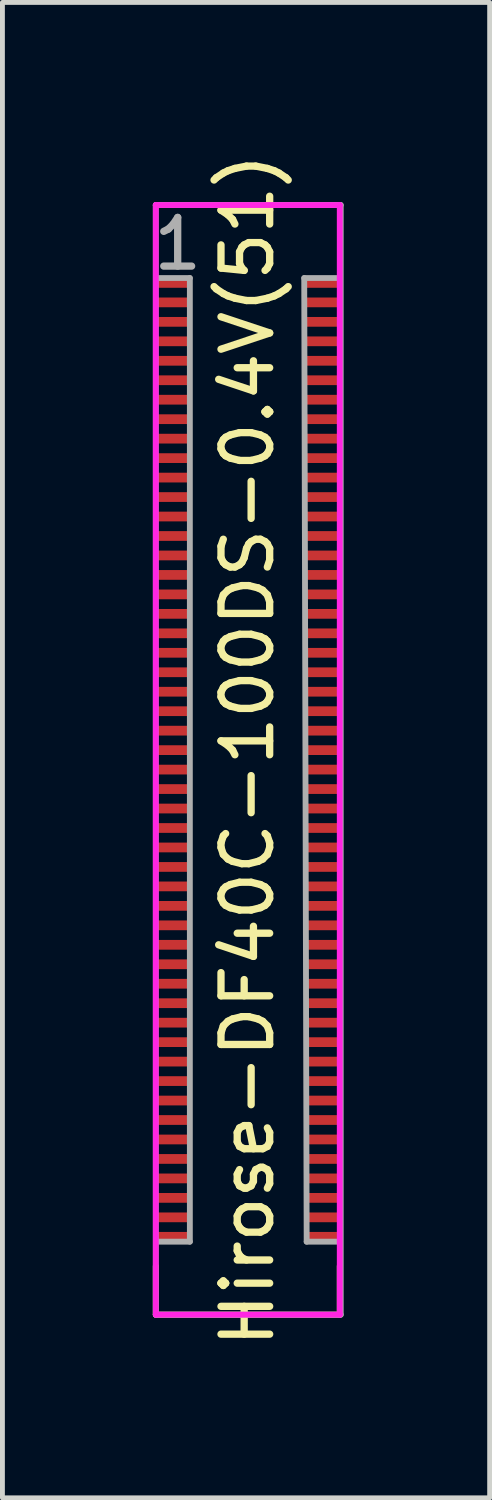
<source format=kicad_pcb>
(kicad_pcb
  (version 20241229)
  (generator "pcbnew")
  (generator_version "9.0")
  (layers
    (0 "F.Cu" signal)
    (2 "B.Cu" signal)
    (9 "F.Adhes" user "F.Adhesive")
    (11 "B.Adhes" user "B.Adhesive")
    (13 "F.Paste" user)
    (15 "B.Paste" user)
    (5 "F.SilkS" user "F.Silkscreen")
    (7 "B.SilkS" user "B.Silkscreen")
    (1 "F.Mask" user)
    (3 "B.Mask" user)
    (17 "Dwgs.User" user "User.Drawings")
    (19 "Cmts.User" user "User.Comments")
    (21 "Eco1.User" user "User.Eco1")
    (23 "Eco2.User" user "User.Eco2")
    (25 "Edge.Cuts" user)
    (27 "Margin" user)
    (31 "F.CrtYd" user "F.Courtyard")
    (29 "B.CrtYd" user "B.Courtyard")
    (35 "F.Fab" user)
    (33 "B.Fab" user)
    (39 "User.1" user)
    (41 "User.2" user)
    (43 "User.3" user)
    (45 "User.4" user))
  (footprint "Hirose-DF40C-100DS-0.4V(51)"
    (layer "F.Cu")
    (at 2.036 12.363)
    (property "Reference" "Hirose-DF40C-100DS-0.4V(51)" (at 0 0 270) (layer "F.SilkS") (effects (font (size 1 1) (thickness 0.15))))
    (attr smd)
    (fp_line (start -1.885 -11.2) (end 1.895 -11.2) (stroke (width 0.12) (type solid)) (layer "F.SilkS"))
    (fp_line (start -1.885 11.6) (end -1.885 10.6) (stroke (width 0.12) (type solid)) (layer "F.SilkS"))
    (fp_line (start -1.885 11.6) (end 1.895 11.6) (stroke (width 0.12) (type solid)) (layer "F.SilkS"))
    (fp_line (start 1.895 11.6) (end 1.895 10.6) (stroke (width 0.12) (type solid)) (layer "F.SilkS"))
    (fp_line (start -1.885 -11.2) (end 1.895 -11.2) (stroke (width 0.12) (type solid)) (layer "F.CrtYd"))
    (fp_line (start -1.885 11.6) (end -1.885 -11.2) (stroke (width 0.12) (type solid)) (layer "F.CrtYd"))
    (fp_line (start 1.895 -11.2) (end 1.895 11.6) (stroke (width 0.12) (type solid)) (layer "F.CrtYd"))
    (fp_line (start 1.895 11.6) (end -1.885 11.6) (stroke (width 0.12) (type solid)) (layer "F.CrtYd"))
    (fp_line (start -1.885 -11.2) (end 1.915 -11.2) (stroke (width 0.12) (type solid)) (layer "F.Fab"))
    (fp_line (start -1.885 11.6) (end -1.885 -11.2) (stroke (width 0.12) (type solid)) (layer "F.Fab"))
    (fp_line (start -1.835 -9.7) (end -1.185 -9.7) (stroke (width 0.12) (type solid)) (layer "F.Fab"))
    (fp_line (start -1.185 -9.7) (end -1.185 10.1) (stroke (width 0.12) (type solid)) (layer "F.Fab"))
    (fp_line (start -1.185 10.1) (end -1.835 10.1) (stroke (width 0.12) (type solid)) (layer "F.Fab"))
    (fp_line (start 1.165 -9.7) (end 1.865 -9.7) (stroke (width 0.12) (type solid)) (layer "F.Fab"))
    (fp_line (start 1.215 10.1) (end 1.165 -9.7) (stroke (width 0.12) (type solid)) (layer "F.Fab"))
    (fp_line (start 1.865 10.1) (end 1.215 10.1) (stroke (width 0.12) (type solid)) (layer "F.Fab"))
    (fp_line (start 1.915 -11.2) (end 1.915 11.6) (stroke (width 0.12) (type solid)) (layer "F.Fab"))
    (fp_line (start 1.915 11.6) (end -1.885 11.6) (stroke (width 0.12) (type solid)) (layer "F.Fab"))
    (fp_text user "1" (at -1.435 -10.4 180) (layer "F.Fab") (effects (font (size 1 1) (thickness 0.15))))
    (pad "1" smd rect (at -1.535 -9.6 270) (size 0.2 0.7) (layers "F.Cu" "F.Mask" "F.Paste"))
    (pad "2" smd rect (at 1.545 -9.6 270) (size 0.2 0.7) (layers "F.Cu" "F.Mask" "F.Paste"))
    (pad "3" smd rect (at -1.535 -9.2 270) (size 0.2 0.7) (layers "F.Cu" "F.Mask" "F.Paste"))
    (pad "4" smd rect (at 1.545 -9.2 270) (size 0.2 0.7) (layers "F.Cu" "F.Mask" "F.Paste"))
    (pad "5" smd rect (at -1.535 -8.8 270) (size 0.2 0.7) (layers "F.Cu" "F.Mask" "F.Paste"))
    (pad "6" smd rect (at 1.545 -8.8 270) (size 0.2 0.7) (layers "F.Cu" "F.Mask" "F.Paste"))
    (pad "7" smd rect (at -1.535 -8.4 270) (size 0.2 0.7) (layers "F.Cu" "F.Mask" "F.Paste"))
    (pad "8" smd rect (at 1.545 -8.4 270) (size 0.2 0.7) (layers "F.Cu" "F.Mask" "F.Paste"))
    (pad "9" smd rect (at -1.535 -8 270) (size 0.2 0.7) (layers "F.Cu" "F.Mask" "F.Paste"))
    (pad "10" smd rect (at 1.545 -8 270) (size 0.2 0.7) (layers "F.Cu" "F.Mask" "F.Paste"))
    (pad "11" smd rect (at -1.535 -7.6 270) (size 0.2 0.7) (layers "F.Cu" "F.Mask" "F.Paste"))
    (pad "12" smd rect (at 1.545 -7.6 270) (size 0.2 0.7) (layers "F.Cu" "F.Mask" "F.Paste"))
    (pad "13" smd rect (at -1.535 -7.2 270) (size 0.2 0.7) (layers "F.Cu" "F.Mask" "F.Paste"))
    (pad "14" smd rect (at 1.545 -7.2 270) (size 0.2 0.7) (layers "F.Cu" "F.Mask" "F.Paste"))
    (pad "15" smd rect (at -1.535 -6.8 270) (size 0.2 0.7) (layers "F.Cu" "F.Mask" "F.Paste"))
    (pad "16" smd rect (at 1.545 -6.8 270) (size 0.2 0.7) (layers "F.Cu" "F.Mask" "F.Paste"))
    (pad "17" smd rect (at -1.535 -6.4 270) (size 0.2 0.7) (layers "F.Cu" "F.Mask" "F.Paste"))
    (pad "18" smd rect (at 1.545 -6.4 270) (size 0.2 0.7) (layers "F.Cu" "F.Mask" "F.Paste"))
    (pad "19" smd rect (at -1.535 -6 270) (size 0.2 0.7) (layers "F.Cu" "F.Mask" "F.Paste"))
    (pad "20" smd rect (at 1.545 -6 270) (size 0.2 0.7) (layers "F.Cu" "F.Mask" "F.Paste"))
    (pad "21" smd rect (at -1.535 -5.6 270) (size 0.2 0.7) (layers "F.Cu" "F.Mask" "F.Paste"))
    (pad "22" smd rect (at 1.545 -5.6 270) (size 0.2 0.7) (layers "F.Cu" "F.Mask" "F.Paste"))
    (pad "23" smd rect (at -1.535 -5.2 270) (size 0.2 0.7) (layers "F.Cu" "F.Mask" "F.Paste"))
    (pad "24" smd rect (at 1.545 -5.2 270) (size 0.2 0.7) (layers "F.Cu" "F.Mask" "F.Paste"))
    (pad "25" smd rect (at -1.535 -4.8 270) (size 0.2 0.7) (layers "F.Cu" "F.Mask" "F.Paste"))
    (pad "26" smd rect (at 1.545 -4.8 270) (size 0.2 0.7) (layers "F.Cu" "F.Mask" "F.Paste"))
    (pad "27" smd rect (at -1.535 -4.4 270) (size 0.2 0.7) (layers "F.Cu" "F.Mask" "F.Paste"))
    (pad "28" smd rect (at 1.545 -4.4 270) (size 0.2 0.7) (layers "F.Cu" "F.Mask" "F.Paste"))
    (pad "29" smd rect (at -1.535 -4 270) (size 0.2 0.7) (layers "F.Cu" "F.Mask" "F.Paste"))
    (pad "30" smd rect (at 1.545 -4 270) (size 0.2 0.7) (layers "F.Cu" "F.Mask" "F.Paste"))
    (pad "31" smd rect (at -1.535 -3.6 270) (size 0.2 0.7) (layers "F.Cu" "F.Mask" "F.Paste"))
    (pad "32" smd rect (at 1.545 -3.6 270) (size 0.2 0.7) (layers "F.Cu" "F.Mask" "F.Paste"))
    (pad "33" smd rect (at -1.535 -3.2 270) (size 0.2 0.7) (layers "F.Cu" "F.Mask" "F.Paste"))
    (pad "34" smd rect (at 1.545 -3.2 270) (size 0.2 0.7) (layers "F.Cu" "F.Mask" "F.Paste"))
    (pad "35" smd rect (at -1.535 -2.8 270) (size 0.2 0.7) (layers "F.Cu" "F.Mask" "F.Paste"))
    (pad "36" smd rect (at 1.545 -2.8 270) (size 0.2 0.7) (layers "F.Cu" "F.Mask" "F.Paste"))
    (pad "37" smd rect (at -1.535 -2.4 270) (size 0.2 0.7) (layers "F.Cu" "F.Mask" "F.Paste"))
    (pad "38" smd rect (at 1.545 -2.4 270) (size 0.2 0.7) (layers "F.Cu" "F.Mask" "F.Paste"))
    (pad "39" smd rect (at -1.535 -2 270) (size 0.2 0.7) (layers "F.Cu" "F.Mask" "F.Paste"))
    (pad "40" smd rect (at 1.545 -2 270) (size 0.2 0.7) (layers "F.Cu" "F.Mask" "F.Paste"))
    (pad "41" smd rect (at -1.535 -1.6 270) (size 0.2 0.7) (layers "F.Cu" "F.Mask" "F.Paste"))
    (pad "42" smd rect (at 1.545 -1.6 270) (size 0.2 0.7) (layers "F.Cu" "F.Mask" "F.Paste"))
    (pad "43" smd rect (at -1.535 -1.2 270) (size 0.2 0.7) (layers "F.Cu" "F.Mask" "F.Paste"))
    (pad "44" smd rect (at 1.545 -1.2 270) (size 0.2 0.7) (layers "F.Cu" "F.Mask" "F.Paste"))
    (pad "45" smd rect (at -1.535 -0.8 270) (size 0.2 0.7) (layers "F.Cu" "F.Mask" "F.Paste"))
    (pad "46" smd rect (at 1.545 -0.8 270) (size 0.2 0.7) (layers "F.Cu" "F.Mask" "F.Paste"))
    (pad "47" smd rect (at -1.535 -0.4 270) (size 0.2 0.7) (layers "F.Cu" "F.Mask" "F.Paste"))
    (pad "48" smd rect (at 1.545 -0.4 270) (size 0.2 0.7) (layers "F.Cu" "F.Mask" "F.Paste"))
    (pad "49" smd rect (at -1.535 0 270) (size 0.2 0.7) (layers "F.Cu" "F.Mask" "F.Paste"))
    (pad "50" smd rect (at 1.545 0 270) (size 0.2 0.7) (layers "F.Cu" "F.Mask" "F.Paste"))
    (pad "51" smd rect (at -1.535 0.4 270) (size 0.2 0.7) (layers "F.Cu" "F.Mask" "F.Paste"))
    (pad "52" smd rect (at 1.545 0.4 270) (size 0.2 0.7) (layers "F.Cu" "F.Mask" "F.Paste"))
    (pad "53" smd rect (at -1.535 0.8 270) (size 0.2 0.7) (layers "F.Cu" "F.Mask" "F.Paste"))
    (pad "54" smd rect (at 1.545 0.8 270) (size 0.2 0.7) (layers "F.Cu" "F.Mask" "F.Paste"))
    (pad "55" smd rect (at -1.535 1.2 270) (size 0.2 0.7) (layers "F.Cu" "F.Mask" "F.Paste"))
    (pad "56" smd rect (at 1.545 1.2 270) (size 0.2 0.7) (layers "F.Cu" "F.Mask" "F.Paste"))
    (pad "57" smd rect (at -1.535 1.6 270) (size 0.2 0.7) (layers "F.Cu" "F.Mask" "F.Paste"))
    (pad "58" smd rect (at 1.545 1.6 270) (size 0.2 0.7) (layers "F.Cu" "F.Mask" "F.Paste"))
    (pad "59" smd rect (at -1.535 2 270) (size 0.2 0.7) (layers "F.Cu" "F.Mask" "F.Paste"))
    (pad "60" smd rect (at 1.545 2 270) (size 0.2 0.7) (layers "F.Cu" "F.Mask" "F.Paste"))
    (pad "61" smd rect (at -1.535 2.4 270) (size 0.2 0.7) (layers "F.Cu" "F.Mask" "F.Paste"))
    (pad "62" smd rect (at 1.545 2.4 270) (size 0.2 0.7) (layers "F.Cu" "F.Mask" "F.Paste"))
    (pad "63" smd rect (at -1.535 2.8 270) (size 0.2 0.7) (layers "F.Cu" "F.Mask" "F.Paste"))
    (pad "64" smd rect (at 1.545 2.8 270) (size 0.2 0.7) (layers "F.Cu" "F.Mask" "F.Paste"))
    (pad "65" smd rect (at -1.535 3.2 270) (size 0.2 0.7) (layers "F.Cu" "F.Mask" "F.Paste"))
    (pad "66" smd rect (at 1.545 3.2 270) (size 0.2 0.7) (layers "F.Cu" "F.Mask" "F.Paste"))
    (pad "67" smd rect (at -1.535 3.6 270) (size 0.2 0.7) (layers "F.Cu" "F.Mask" "F.Paste"))
    (pad "68" smd rect (at 1.545 3.6 270) (size 0.2 0.7) (layers "F.Cu" "F.Mask" "F.Paste"))
    (pad "69" smd rect (at -1.535 4 270) (size 0.2 0.7) (layers "F.Cu" "F.Mask" "F.Paste"))
    (pad "70" smd rect (at 1.545 4 270) (size 0.2 0.7) (layers "F.Cu" "F.Mask" "F.Paste"))
    (pad "71" smd rect (at -1.535 4.4 270) (size 0.2 0.7) (layers "F.Cu" "F.Mask" "F.Paste"))
    (pad "72" smd rect (at 1.545 4.4 270) (size 0.2 0.7) (layers "F.Cu" "F.Mask" "F.Paste"))
    (pad "73" smd rect (at -1.535 4.8 270) (size 0.2 0.7) (layers "F.Cu" "F.Mask" "F.Paste"))
    (pad "74" smd rect (at 1.545 4.8 270) (size 0.2 0.7) (layers "F.Cu" "F.Mask" "F.Paste"))
    (pad "75" smd rect (at -1.535 5.2 270) (size 0.2 0.7) (layers "F.Cu" "F.Mask" "F.Paste"))
    (pad "76" smd rect (at 1.545 5.2 270) (size 0.2 0.7) (layers "F.Cu" "F.Mask" "F.Paste"))
    (pad "77" smd rect (at -1.535 5.6 270) (size 0.2 0.7) (layers "F.Cu" "F.Mask" "F.Paste"))
    (pad "78" smd rect (at 1.545 5.6 270) (size 0.2 0.7) (layers "F.Cu" "F.Mask" "F.Paste"))
    (pad "79" smd rect (at -1.535 6 270) (size 0.2 0.7) (layers "F.Cu" "F.Mask" "F.Paste"))
    (pad "80" smd rect (at 1.545 6 270) (size 0.2 0.7) (layers "F.Cu" "F.Mask" "F.Paste"))
    (pad "81" smd rect (at -1.535 6.4 270) (size 0.2 0.7) (layers "F.Cu" "F.Mask" "F.Paste"))
    (pad "82" smd rect (at 1.545 6.4 270) (size 0.2 0.7) (layers "F.Cu" "F.Mask" "F.Paste"))
    (pad "83" smd rect (at -1.535 6.8 270) (size 0.2 0.7) (layers "F.Cu" "F.Mask" "F.Paste"))
    (pad "84" smd rect (at 1.545 6.8 270) (size 0.2 0.7) (layers "F.Cu" "F.Mask" "F.Paste"))
    (pad "85" smd rect (at -1.535 7.2 270) (size 0.2 0.7) (layers "F.Cu" "F.Mask" "F.Paste"))
    (pad "86" smd rect (at 1.545 7.2 270) (size 0.2 0.7) (layers "F.Cu" "F.Mask" "F.Paste"))
    (pad "87" smd rect (at -1.535 7.6 270) (size 0.2 0.7) (layers "F.Cu" "F.Mask" "F.Paste"))
    (pad "88" smd rect (at 1.545 7.6 270) (size 0.2 0.7) (layers "F.Cu" "F.Mask" "F.Paste"))
    (pad "89" smd rect (at -1.535 8 270) (size 0.2 0.7) (layers "F.Cu" "F.Mask" "F.Paste"))
    (pad "90" smd rect (at 1.545 8 270) (size 0.2 0.7) (layers "F.Cu" "F.Mask" "F.Paste"))
    (pad "91" smd rect (at -1.535 8.4 270) (size 0.2 0.7) (layers "F.Cu" "F.Mask" "F.Paste"))
    (pad "92" smd rect (at 1.545 8.4 270) (size 0.2 0.7) (layers "F.Cu" "F.Mask" "F.Paste"))
    (pad "93" smd rect (at -1.535 8.8 270) (size 0.2 0.7) (layers "F.Cu" "F.Mask" "F.Paste"))
    (pad "94" smd rect (at 1.545 8.8 270) (size 0.2 0.7) (layers "F.Cu" "F.Mask" "F.Paste"))
    (pad "95" smd rect (at -1.535 9.2 270) (size 0.2 0.7) (layers "F.Cu" "F.Mask" "F.Paste"))
    (pad "96" smd rect (at 1.545 9.2 270) (size 0.2 0.7) (layers "F.Cu" "F.Mask" "F.Paste"))
    (pad "97" smd rect (at -1.535 9.6 270) (size 0.2 0.7) (layers "F.Cu" "F.Mask" "F.Paste"))
    (pad "98" smd rect (at 1.545 9.6 270) (size 0.2 0.7) (layers "F.Cu" "F.Mask" "F.Paste"))
    (pad "99" smd rect (at -1.535 10 270) (size 0.2 0.7) (layers "F.Cu" "F.Mask" "F.Paste"))
    (pad "100" smd rect (at 1.545 10 270) (size 0.2 0.7) (layers "F.Cu" "F.Mask" "F.Paste")))
  (gr_rect
    (start -3 -3)
    (end 7.011 27.726)
    (stroke (width 0.1) (type default))
    (fill no)
    (layer "Edge.Cuts")))
</source>
